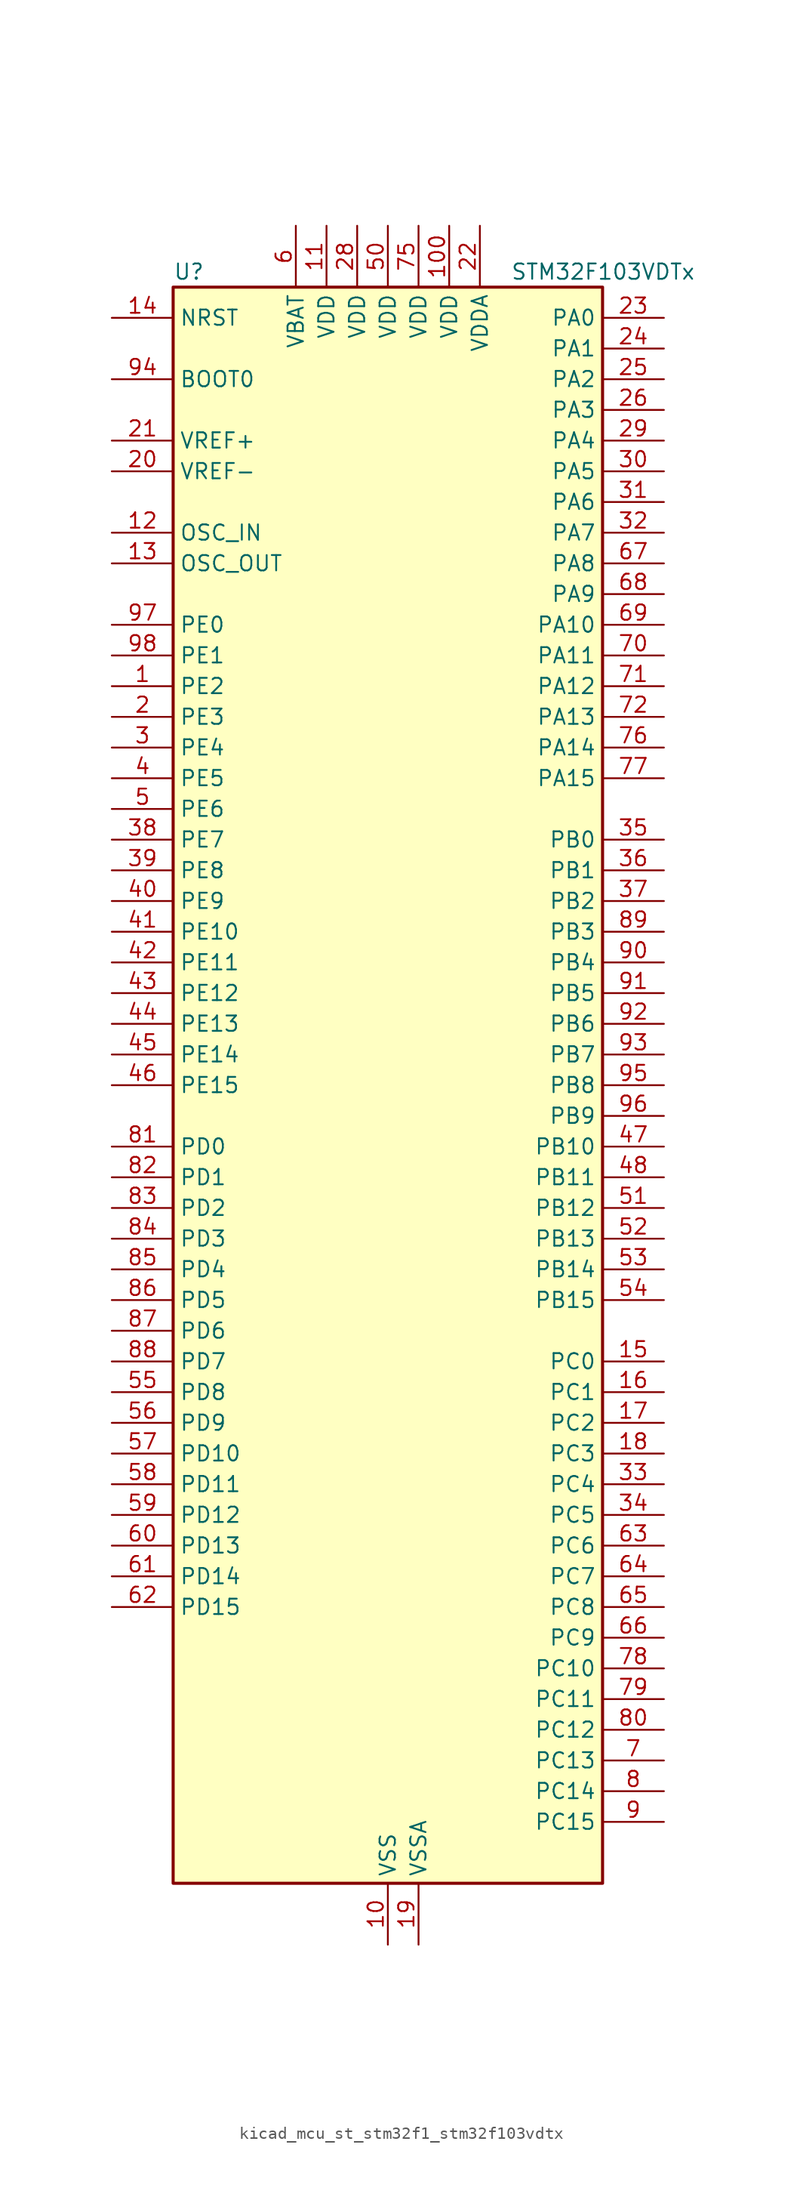
<source format=kicad_sym>
(kicad_symbol_lib
  (version 20220914)
  (generator kicad_symbol_editor)
  (symbol "kicad_mcu_st_stm32f1_stm32f103vdtx"
    (property "Reference" "U"
      (at -17.78 67.31 0)
      (effects (font (size 1.27 1.27)) (justify left)))
    (property "Value" "STM32F103VDTx"
      (at 10.16 67.31 0)
      (effects (font (size 1.27 1.27)) (justify left)))
    (property "ki_locked" ""
      (at 0 0 0)
      (effects (font (size 1.27 1.27))))
    (symbol "kicad_mcu_st_stm32f1_stm32f103vdtx_0_1"
      (rectangle (start -17.78 -66.04) (end 17.78 66.04) (stroke (width 0.254) (type default)) (fill (type background))))
    (symbol "kicad_mcu_st_stm32f1_stm32f103vdtx_1_1"
      (pin bidirectional line (at -22.86 33.02 0) (length 5.08) (name "PE2" (effects (font (size 1.27 1.27)))) (number "1" (effects (font (size 1.27 1.27)))) (alternate "FSMC_A23" bidirectional line) (alternate "SYS_TRACECLK" bidirectional line))
      (pin power_in line (at 0 -71.12 90) (length 5.08) (name "VSS" (effects (font (size 1.27 1.27)))) (number "10" (effects (font (size 1.27 1.27)))))
      (pin power_in line (at 5.08 71.12 270) (length 5.08) (name "VDD" (effects (font (size 1.27 1.27)))) (number "100" (effects (font (size 1.27 1.27)))))
      (pin power_in line (at -5.08 71.12 270) (length 5.08) (name "VDD" (effects (font (size 1.27 1.27)))) (number "11" (effects (font (size 1.27 1.27)))))
      (pin input line (at -22.86 45.72 0) (length 5.08) (name "OSC_IN" (effects (font (size 1.27 1.27)))) (number "12" (effects (font (size 1.27 1.27)))) (alternate "RCC_OSC_IN" bidirectional line))
      (pin input line (at -22.86 43.18 0) (length 5.08) (name "OSC_OUT" (effects (font (size 1.27 1.27)))) (number "13" (effects (font (size 1.27 1.27)))) (alternate "RCC_OSC_OUT" bidirectional line))
      (pin input line (at -22.86 63.5 0) (length 5.08) (name "NRST" (effects (font (size 1.27 1.27)))) (number "14" (effects (font (size 1.27 1.27)))))
      (pin bidirectional line (at 22.86 -22.86 180) (length 5.08) (name "PC0" (effects (font (size 1.27 1.27)))) (number "15" (effects (font (size 1.27 1.27)))) (alternate "ADC1_IN10" bidirectional line) (alternate "ADC2_IN10" bidirectional line) (alternate "ADC3_IN10" bidirectional line))
      (pin bidirectional line (at 22.86 -25.4 180) (length 5.08) (name "PC1" (effects (font (size 1.27 1.27)))) (number "16" (effects (font (size 1.27 1.27)))) (alternate "ADC1_IN11" bidirectional line) (alternate "ADC2_IN11" bidirectional line) (alternate "ADC3_IN11" bidirectional line))
      (pin bidirectional line (at 22.86 -27.94 180) (length 5.08) (name "PC2" (effects (font (size 1.27 1.27)))) (number "17" (effects (font (size 1.27 1.27)))) (alternate "ADC1_IN12" bidirectional line) (alternate "ADC2_IN12" bidirectional line) (alternate "ADC3_IN12" bidirectional line))
      (pin bidirectional line (at 22.86 -30.48 180) (length 5.08) (name "PC3" (effects (font (size 1.27 1.27)))) (number "18" (effects (font (size 1.27 1.27)))) (alternate "ADC1_IN13" bidirectional line) (alternate "ADC2_IN13" bidirectional line) (alternate "ADC3_IN13" bidirectional line))
      (pin power_in line (at 2.54 -71.12 90) (length 5.08) (name "VSSA" (effects (font (size 1.27 1.27)))) (number "19" (effects (font (size 1.27 1.27)))))
      (pin bidirectional line (at -22.86 30.48 0) (length 5.08) (name "PE3" (effects (font (size 1.27 1.27)))) (number "2" (effects (font (size 1.27 1.27)))) (alternate "FSMC_A19" bidirectional line) (alternate "SYS_TRACED0" bidirectional line))
      (pin input line (at -22.86 50.8 0) (length 5.08) (name "VREF-" (effects (font (size 1.27 1.27)))) (number "20" (effects (font (size 1.27 1.27)))))
      (pin input line (at -22.86 53.34 0) (length 5.08) (name "VREF+" (effects (font (size 1.27 1.27)))) (number "21" (effects (font (size 1.27 1.27)))))
      (pin power_in line (at 7.62 71.12 270) (length 5.08) (name "VDDA" (effects (font (size 1.27 1.27)))) (number "22" (effects (font (size 1.27 1.27)))))
      (pin bidirectional line (at 22.86 63.5 180) (length 5.08) (name "PA0" (effects (font (size 1.27 1.27)))) (number "23" (effects (font (size 1.27 1.27)))) (alternate "ADC1_IN0" bidirectional line) (alternate "ADC2_IN0" bidirectional line) (alternate "ADC3_IN0" bidirectional line) (alternate "SYS_WKUP" bidirectional line) (alternate "TIM2_CH1" bidirectional line) (alternate "TIM2_ETR" bidirectional line) (alternate "TIM5_CH1" bidirectional line) (alternate "TIM8_ETR" bidirectional line) (alternate "USART2_CTS" bidirectional line))
      (pin bidirectional line (at 22.86 60.96 180) (length 5.08) (name "PA1" (effects (font (size 1.27 1.27)))) (number "24" (effects (font (size 1.27 1.27)))) (alternate "ADC1_IN1" bidirectional line) (alternate "ADC2_IN1" bidirectional line) (alternate "ADC3_IN1" bidirectional line) (alternate "TIM2_CH2" bidirectional line) (alternate "TIM5_CH2" bidirectional line) (alternate "USART2_RTS" bidirectional line))
      (pin bidirectional line (at 22.86 58.42 180) (length 5.08) (name "PA2" (effects (font (size 1.27 1.27)))) (number "25" (effects (font (size 1.27 1.27)))) (alternate "ADC1_IN2" bidirectional line) (alternate "ADC2_IN2" bidirectional line) (alternate "ADC3_IN2" bidirectional line) (alternate "TIM2_CH3" bidirectional line) (alternate "TIM5_CH3" bidirectional line) (alternate "USART2_TX" bidirectional line))
      (pin bidirectional line (at 22.86 55.88 180) (length 5.08) (name "PA3" (effects (font (size 1.27 1.27)))) (number "26" (effects (font (size 1.27 1.27)))) (alternate "ADC1_IN3" bidirectional line) (alternate "ADC2_IN3" bidirectional line) (alternate "ADC3_IN3" bidirectional line) (alternate "TIM2_CH4" bidirectional line) (alternate "TIM5_CH4" bidirectional line) (alternate "USART2_RX" bidirectional line))
      (pin passive line (at 0 -71.12 90) (length 5.08) hide (name "VSS" (effects (font (size 1.27 1.27)))) (number "27" (effects (font (size 1.27 1.27)))))
      (pin power_in line (at -2.54 71.12 270) (length 5.08) (name "VDD" (effects (font (size 1.27 1.27)))) (number "28" (effects (font (size 1.27 1.27)))))
      (pin bidirectional line (at 22.86 53.34 180) (length 5.08) (name "PA4" (effects (font (size 1.27 1.27)))) (number "29" (effects (font (size 1.27 1.27)))) (alternate "ADC1_IN4" bidirectional line) (alternate "ADC2_IN4" bidirectional line) (alternate "DAC_OUT1" bidirectional line) (alternate "SPI1_NSS" bidirectional line) (alternate "USART2_CK" bidirectional line))
      (pin bidirectional line (at -22.86 27.94 0) (length 5.08) (name "PE4" (effects (font (size 1.27 1.27)))) (number "3" (effects (font (size 1.27 1.27)))) (alternate "FSMC_A20" bidirectional line) (alternate "SYS_TRACED1" bidirectional line))
      (pin bidirectional line (at 22.86 50.8 180) (length 5.08) (name "PA5" (effects (font (size 1.27 1.27)))) (number "30" (effects (font (size 1.27 1.27)))) (alternate "ADC1_IN5" bidirectional line) (alternate "ADC2_IN5" bidirectional line) (alternate "DAC_OUT2" bidirectional line) (alternate "SPI1_SCK" bidirectional line))
      (pin bidirectional line (at 22.86 48.26 180) (length 5.08) (name "PA6" (effects (font (size 1.27 1.27)))) (number "31" (effects (font (size 1.27 1.27)))) (alternate "ADC1_IN6" bidirectional line) (alternate "ADC2_IN6" bidirectional line) (alternate "SPI1_MISO" bidirectional line) (alternate "TIM1_BKIN" bidirectional line) (alternate "TIM3_CH1" bidirectional line) (alternate "TIM8_BKIN" bidirectional line))
      (pin bidirectional line (at 22.86 45.72 180) (length 5.08) (name "PA7" (effects (font (size 1.27 1.27)))) (number "32" (effects (font (size 1.27 1.27)))) (alternate "ADC1_IN7" bidirectional line) (alternate "ADC2_IN7" bidirectional line) (alternate "SPI1_MOSI" bidirectional line) (alternate "TIM1_CH1N" bidirectional line) (alternate "TIM3_CH2" bidirectional line) (alternate "TIM8_CH1N" bidirectional line))
      (pin bidirectional line (at 22.86 -33.02 180) (length 5.08) (name "PC4" (effects (font (size 1.27 1.27)))) (number "33" (effects (font (size 1.27 1.27)))) (alternate "ADC1_IN14" bidirectional line) (alternate "ADC2_IN14" bidirectional line))
      (pin bidirectional line (at 22.86 -35.56 180) (length 5.08) (name "PC5" (effects (font (size 1.27 1.27)))) (number "34" (effects (font (size 1.27 1.27)))) (alternate "ADC1_IN15" bidirectional line) (alternate "ADC2_IN15" bidirectional line))
      (pin bidirectional line (at 22.86 20.32 180) (length 5.08) (name "PB0" (effects (font (size 1.27 1.27)))) (number "35" (effects (font (size 1.27 1.27)))) (alternate "ADC1_IN8" bidirectional line) (alternate "ADC2_IN8" bidirectional line) (alternate "TIM1_CH2N" bidirectional line) (alternate "TIM3_CH3" bidirectional line) (alternate "TIM8_CH2N" bidirectional line))
      (pin bidirectional line (at 22.86 17.78 180) (length 5.08) (name "PB1" (effects (font (size 1.27 1.27)))) (number "36" (effects (font (size 1.27 1.27)))) (alternate "ADC1_IN9" bidirectional line) (alternate "ADC2_IN9" bidirectional line) (alternate "TIM1_CH3N" bidirectional line) (alternate "TIM3_CH4" bidirectional line) (alternate "TIM8_CH3N" bidirectional line))
      (pin bidirectional line (at 22.86 15.24 180) (length 5.08) (name "PB2" (effects (font (size 1.27 1.27)))) (number "37" (effects (font (size 1.27 1.27)))))
      (pin bidirectional line (at -22.86 20.32 0) (length 5.08) (name "PE7" (effects (font (size 1.27 1.27)))) (number "38" (effects (font (size 1.27 1.27)))) (alternate "FSMC_D4" bidirectional line) (alternate "FSMC_DA4" bidirectional line) (alternate "TIM1_ETR" bidirectional line))
      (pin bidirectional line (at -22.86 17.78 0) (length 5.08) (name "PE8" (effects (font (size 1.27 1.27)))) (number "39" (effects (font (size 1.27 1.27)))) (alternate "FSMC_D5" bidirectional line) (alternate "FSMC_DA5" bidirectional line) (alternate "TIM1_CH1N" bidirectional line))
      (pin bidirectional line (at -22.86 25.4 0) (length 5.08) (name "PE5" (effects (font (size 1.27 1.27)))) (number "4" (effects (font (size 1.27 1.27)))) (alternate "FSMC_A21" bidirectional line) (alternate "SYS_TRACED2" bidirectional line))
      (pin bidirectional line (at -22.86 15.24 0) (length 5.08) (name "PE9" (effects (font (size 1.27 1.27)))) (number "40" (effects (font (size 1.27 1.27)))) (alternate "DAC_EXTI9" bidirectional line) (alternate "FSMC_D6" bidirectional line) (alternate "FSMC_DA6" bidirectional line) (alternate "TIM1_CH1" bidirectional line))
      (pin bidirectional line (at -22.86 12.7 0) (length 5.08) (name "PE10" (effects (font (size 1.27 1.27)))) (number "41" (effects (font (size 1.27 1.27)))) (alternate "FSMC_D7" bidirectional line) (alternate "FSMC_DA7" bidirectional line) (alternate "TIM1_CH2N" bidirectional line))
      (pin bidirectional line (at -22.86 10.16 0) (length 5.08) (name "PE11" (effects (font (size 1.27 1.27)))) (number "42" (effects (font (size 1.27 1.27)))) (alternate "ADC1_EXTI11" bidirectional line) (alternate "ADC2_EXTI11" bidirectional line) (alternate "FSMC_D8" bidirectional line) (alternate "FSMC_DA8" bidirectional line) (alternate "TIM1_CH2" bidirectional line))
      (pin bidirectional line (at -22.86 7.62 0) (length 5.08) (name "PE12" (effects (font (size 1.27 1.27)))) (number "43" (effects (font (size 1.27 1.27)))) (alternate "FSMC_D9" bidirectional line) (alternate "FSMC_DA9" bidirectional line) (alternate "TIM1_CH3N" bidirectional line))
      (pin bidirectional line (at -22.86 5.08 0) (length 5.08) (name "PE13" (effects (font (size 1.27 1.27)))) (number "44" (effects (font (size 1.27 1.27)))) (alternate "FSMC_D10" bidirectional line) (alternate "FSMC_DA10" bidirectional line) (alternate "TIM1_CH3" bidirectional line))
      (pin bidirectional line (at -22.86 2.54 0) (length 5.08) (name "PE14" (effects (font (size 1.27 1.27)))) (number "45" (effects (font (size 1.27 1.27)))) (alternate "FSMC_D11" bidirectional line) (alternate "FSMC_DA11" bidirectional line) (alternate "TIM1_CH4" bidirectional line))
      (pin bidirectional line (at -22.86 0 0) (length 5.08) (name "PE15" (effects (font (size 1.27 1.27)))) (number "46" (effects (font (size 1.27 1.27)))) (alternate "ADC1_EXTI15" bidirectional line) (alternate "ADC2_EXTI15" bidirectional line) (alternate "FSMC_D12" bidirectional line) (alternate "FSMC_DA12" bidirectional line) (alternate "TIM1_BKIN" bidirectional line))
      (pin bidirectional line (at 22.86 -5.08 180) (length 5.08) (name "PB10" (effects (font (size 1.27 1.27)))) (number "47" (effects (font (size 1.27 1.27)))) (alternate "I2C2_SCL" bidirectional line) (alternate "TIM2_CH3" bidirectional line) (alternate "USART3_TX" bidirectional line))
      (pin bidirectional line (at 22.86 -7.62 180) (length 5.08) (name "PB11" (effects (font (size 1.27 1.27)))) (number "48" (effects (font (size 1.27 1.27)))) (alternate "ADC1_EXTI11" bidirectional line) (alternate "ADC2_EXTI11" bidirectional line) (alternate "I2C2_SDA" bidirectional line) (alternate "TIM2_CH4" bidirectional line) (alternate "USART3_RX" bidirectional line))
      (pin passive line (at 0 -71.12 90) (length 5.08) hide (name "VSS" (effects (font (size 1.27 1.27)))) (number "49" (effects (font (size 1.27 1.27)))))
      (pin bidirectional line (at -22.86 22.86 0) (length 5.08) (name "PE6" (effects (font (size 1.27 1.27)))) (number "5" (effects (font (size 1.27 1.27)))) (alternate "FSMC_A22" bidirectional line) (alternate "SYS_TRACED3" bidirectional line))
      (pin power_in line (at 0 71.12 270) (length 5.08) (name "VDD" (effects (font (size 1.27 1.27)))) (number "50" (effects (font (size 1.27 1.27)))))
      (pin bidirectional line (at 22.86 -10.16 180) (length 5.08) (name "PB12" (effects (font (size 1.27 1.27)))) (number "51" (effects (font (size 1.27 1.27)))) (alternate "I2C2_SMBA" bidirectional line) (alternate "I2S2_WS" bidirectional line) (alternate "SPI2_NSS" bidirectional line) (alternate "TIM1_BKIN" bidirectional line) (alternate "USART3_CK" bidirectional line))
      (pin bidirectional line (at 22.86 -12.7 180) (length 5.08) (name "PB13" (effects (font (size 1.27 1.27)))) (number "52" (effects (font (size 1.27 1.27)))) (alternate "I2S2_CK" bidirectional line) (alternate "SPI2_SCK" bidirectional line) (alternate "TIM1_CH1N" bidirectional line) (alternate "USART3_CTS" bidirectional line))
      (pin bidirectional line (at 22.86 -15.24 180) (length 5.08) (name "PB14" (effects (font (size 1.27 1.27)))) (number "53" (effects (font (size 1.27 1.27)))) (alternate "SPI2_MISO" bidirectional line) (alternate "TIM1_CH2N" bidirectional line) (alternate "USART3_RTS" bidirectional line))
      (pin bidirectional line (at 22.86 -17.78 180) (length 5.08) (name "PB15" (effects (font (size 1.27 1.27)))) (number "54" (effects (font (size 1.27 1.27)))) (alternate "ADC1_EXTI15" bidirectional line) (alternate "ADC2_EXTI15" bidirectional line) (alternate "I2S2_SD" bidirectional line) (alternate "SPI2_MOSI" bidirectional line) (alternate "TIM1_CH3N" bidirectional line))
      (pin bidirectional line (at -22.86 -25.4 0) (length 5.08) (name "PD8" (effects (font (size 1.27 1.27)))) (number "55" (effects (font (size 1.27 1.27)))) (alternate "FSMC_D13" bidirectional line) (alternate "FSMC_DA13" bidirectional line) (alternate "USART3_TX" bidirectional line))
      (pin bidirectional line (at -22.86 -27.94 0) (length 5.08) (name "PD9" (effects (font (size 1.27 1.27)))) (number "56" (effects (font (size 1.27 1.27)))) (alternate "DAC_EXTI9" bidirectional line) (alternate "FSMC_D14" bidirectional line) (alternate "FSMC_DA14" bidirectional line) (alternate "USART3_RX" bidirectional line))
      (pin bidirectional line (at -22.86 -30.48 0) (length 5.08) (name "PD10" (effects (font (size 1.27 1.27)))) (number "57" (effects (font (size 1.27 1.27)))) (alternate "FSMC_D15" bidirectional line) (alternate "FSMC_DA15" bidirectional line) (alternate "USART3_CK" bidirectional line))
      (pin bidirectional line (at -22.86 -33.02 0) (length 5.08) (name "PD11" (effects (font (size 1.27 1.27)))) (number "58" (effects (font (size 1.27 1.27)))) (alternate "ADC1_EXTI11" bidirectional line) (alternate "ADC2_EXTI11" bidirectional line) (alternate "FSMC_A16" bidirectional line) (alternate "FSMC_CLE" bidirectional line) (alternate "USART3_CTS" bidirectional line))
      (pin bidirectional line (at -22.86 -35.56 0) (length 5.08) (name "PD12" (effects (font (size 1.27 1.27)))) (number "59" (effects (font (size 1.27 1.27)))) (alternate "FSMC_A17" bidirectional line) (alternate "FSMC_ALE" bidirectional line) (alternate "TIM4_CH1" bidirectional line) (alternate "USART3_RTS" bidirectional line))
      (pin power_in line (at -7.62 71.12 270) (length 5.08) (name "VBAT" (effects (font (size 1.27 1.27)))) (number "6" (effects (font (size 1.27 1.27)))))
      (pin bidirectional line (at -22.86 -38.1 0) (length 5.08) (name "PD13" (effects (font (size 1.27 1.27)))) (number "60" (effects (font (size 1.27 1.27)))) (alternate "FSMC_A18" bidirectional line) (alternate "TIM4_CH2" bidirectional line))
      (pin bidirectional line (at -22.86 -40.64 0) (length 5.08) (name "PD14" (effects (font (size 1.27 1.27)))) (number "61" (effects (font (size 1.27 1.27)))) (alternate "FSMC_D0" bidirectional line) (alternate "FSMC_DA0" bidirectional line) (alternate "TIM4_CH3" bidirectional line))
      (pin bidirectional line (at -22.86 -43.18 0) (length 5.08) (name "PD15" (effects (font (size 1.27 1.27)))) (number "62" (effects (font (size 1.27 1.27)))) (alternate "ADC1_EXTI15" bidirectional line) (alternate "ADC2_EXTI15" bidirectional line) (alternate "FSMC_D1" bidirectional line) (alternate "FSMC_DA1" bidirectional line) (alternate "TIM4_CH4" bidirectional line))
      (pin bidirectional line (at 22.86 -38.1 180) (length 5.08) (name "PC6" (effects (font (size 1.27 1.27)))) (number "63" (effects (font (size 1.27 1.27)))) (alternate "I2S2_MCK" bidirectional line) (alternate "SDIO_D6" bidirectional line) (alternate "TIM3_CH1" bidirectional line) (alternate "TIM8_CH1" bidirectional line))
      (pin bidirectional line (at 22.86 -40.64 180) (length 5.08) (name "PC7" (effects (font (size 1.27 1.27)))) (number "64" (effects (font (size 1.27 1.27)))) (alternate "I2S3_MCK" bidirectional line) (alternate "SDIO_D7" bidirectional line) (alternate "TIM3_CH2" bidirectional line) (alternate "TIM8_CH2" bidirectional line))
      (pin bidirectional line (at 22.86 -43.18 180) (length 5.08) (name "PC8" (effects (font (size 1.27 1.27)))) (number "65" (effects (font (size 1.27 1.27)))) (alternate "SDIO_D0" bidirectional line) (alternate "TIM3_CH3" bidirectional line) (alternate "TIM8_CH3" bidirectional line))
      (pin bidirectional line (at 22.86 -45.72 180) (length 5.08) (name "PC9" (effects (font (size 1.27 1.27)))) (number "66" (effects (font (size 1.27 1.27)))) (alternate "DAC_EXTI9" bidirectional line) (alternate "SDIO_D1" bidirectional line) (alternate "TIM3_CH4" bidirectional line) (alternate "TIM8_CH4" bidirectional line))
      (pin bidirectional line (at 22.86 43.18 180) (length 5.08) (name "PA8" (effects (font (size 1.27 1.27)))) (number "67" (effects (font (size 1.27 1.27)))) (alternate "RCC_MCO" bidirectional line) (alternate "TIM1_CH1" bidirectional line) (alternate "USART1_CK" bidirectional line))
      (pin bidirectional line (at 22.86 40.64 180) (length 5.08) (name "PA9" (effects (font (size 1.27 1.27)))) (number "68" (effects (font (size 1.27 1.27)))) (alternate "DAC_EXTI9" bidirectional line) (alternate "TIM1_CH2" bidirectional line) (alternate "USART1_TX" bidirectional line))
      (pin bidirectional line (at 22.86 38.1 180) (length 5.08) (name "PA10" (effects (font (size 1.27 1.27)))) (number "69" (effects (font (size 1.27 1.27)))) (alternate "TIM1_CH3" bidirectional line) (alternate "USART1_RX" bidirectional line))
      (pin bidirectional line (at 22.86 -55.88 180) (length 5.08) (name "PC13" (effects (font (size 1.27 1.27)))) (number "7" (effects (font (size 1.27 1.27)))) (alternate "RTC_OUT" bidirectional line) (alternate "RTC_TAMPER" bidirectional line))
      (pin bidirectional line (at 22.86 35.56 180) (length 5.08) (name "PA11" (effects (font (size 1.27 1.27)))) (number "70" (effects (font (size 1.27 1.27)))) (alternate "ADC1_EXTI11" bidirectional line) (alternate "ADC2_EXTI11" bidirectional line) (alternate "CAN_RX" bidirectional line) (alternate "TIM1_CH4" bidirectional line) (alternate "USART1_CTS" bidirectional line) (alternate "USB_DM" bidirectional line))
      (pin bidirectional line (at 22.86 33.02 180) (length 5.08) (name "PA12" (effects (font (size 1.27 1.27)))) (number "71" (effects (font (size 1.27 1.27)))) (alternate "CAN_TX" bidirectional line) (alternate "TIM1_ETR" bidirectional line) (alternate "USART1_RTS" bidirectional line) (alternate "USB_DP" bidirectional line))
      (pin bidirectional line (at 22.86 30.48 180) (length 5.08) (name "PA13" (effects (font (size 1.27 1.27)))) (number "72" (effects (font (size 1.27 1.27)))) (alternate "SYS_JTMS-SWDIO" bidirectional line))
      (pin no_connect line (at -17.78 -66.04 0) (length 5.08) hide (name "NC" (effects (font (size 1.27 1.27)))) (number "73" (effects (font (size 1.27 1.27)))))
      (pin passive line (at 0 -71.12 90) (length 5.08) hide (name "VSS" (effects (font (size 1.27 1.27)))) (number "74" (effects (font (size 1.27 1.27)))))
      (pin power_in line (at 2.54 71.12 270) (length 5.08) (name "VDD" (effects (font (size 1.27 1.27)))) (number "75" (effects (font (size 1.27 1.27)))))
      (pin bidirectional line (at 22.86 27.94 180) (length 5.08) (name "PA14" (effects (font (size 1.27 1.27)))) (number "76" (effects (font (size 1.27 1.27)))) (alternate "SYS_JTCK-SWCLK" bidirectional line))
      (pin bidirectional line (at 22.86 25.4 180) (length 5.08) (name "PA15" (effects (font (size 1.27 1.27)))) (number "77" (effects (font (size 1.27 1.27)))) (alternate "ADC1_EXTI15" bidirectional line) (alternate "ADC2_EXTI15" bidirectional line) (alternate "I2S3_WS" bidirectional line) (alternate "SPI1_NSS" bidirectional line) (alternate "SPI3_NSS" bidirectional line) (alternate "SYS_JTDI" bidirectional line) (alternate "TIM2_CH1" bidirectional line) (alternate "TIM2_ETR" bidirectional line))
      (pin bidirectional line (at 22.86 -48.26 180) (length 5.08) (name "PC10" (effects (font (size 1.27 1.27)))) (number "78" (effects (font (size 1.27 1.27)))) (alternate "SDIO_D2" bidirectional line) (alternate "UART4_TX" bidirectional line) (alternate "USART3_TX" bidirectional line))
      (pin bidirectional line (at 22.86 -50.8 180) (length 5.08) (name "PC11" (effects (font (size 1.27 1.27)))) (number "79" (effects (font (size 1.27 1.27)))) (alternate "ADC1_EXTI11" bidirectional line) (alternate "ADC2_EXTI11" bidirectional line) (alternate "SDIO_D3" bidirectional line) (alternate "UART4_RX" bidirectional line) (alternate "USART3_RX" bidirectional line))
      (pin bidirectional line (at 22.86 -58.42 180) (length 5.08) (name "PC14" (effects (font (size 1.27 1.27)))) (number "8" (effects (font (size 1.27 1.27)))) (alternate "RCC_OSC32_IN" bidirectional line))
      (pin bidirectional line (at 22.86 -53.34 180) (length 5.08) (name "PC12" (effects (font (size 1.27 1.27)))) (number "80" (effects (font (size 1.27 1.27)))) (alternate "SDIO_CK" bidirectional line) (alternate "UART5_TX" bidirectional line) (alternate "USART3_CK" bidirectional line))
      (pin bidirectional line (at -22.86 -5.08 0) (length 5.08) (name "PD0" (effects (font (size 1.27 1.27)))) (number "81" (effects (font (size 1.27 1.27)))) (alternate "CAN_RX" bidirectional line) (alternate "FSMC_D2" bidirectional line) (alternate "FSMC_DA2" bidirectional line))
      (pin bidirectional line (at -22.86 -7.62 0) (length 5.08) (name "PD1" (effects (font (size 1.27 1.27)))) (number "82" (effects (font (size 1.27 1.27)))) (alternate "CAN_TX" bidirectional line) (alternate "FSMC_D3" bidirectional line) (alternate "FSMC_DA3" bidirectional line))
      (pin bidirectional line (at -22.86 -10.16 0) (length 5.08) (name "PD2" (effects (font (size 1.27 1.27)))) (number "83" (effects (font (size 1.27 1.27)))) (alternate "SDIO_CMD" bidirectional line) (alternate "TIM3_ETR" bidirectional line) (alternate "UART5_RX" bidirectional line))
      (pin bidirectional line (at -22.86 -12.7 0) (length 5.08) (name "PD3" (effects (font (size 1.27 1.27)))) (number "84" (effects (font (size 1.27 1.27)))) (alternate "FSMC_CLK" bidirectional line) (alternate "USART2_CTS" bidirectional line))
      (pin bidirectional line (at -22.86 -15.24 0) (length 5.08) (name "PD4" (effects (font (size 1.27 1.27)))) (number "85" (effects (font (size 1.27 1.27)))) (alternate "FSMC_NOE" bidirectional line) (alternate "USART2_RTS" bidirectional line))
      (pin bidirectional line (at -22.86 -17.78 0) (length 5.08) (name "PD5" (effects (font (size 1.27 1.27)))) (number "86" (effects (font (size 1.27 1.27)))) (alternate "FSMC_NWE" bidirectional line) (alternate "USART2_TX" bidirectional line))
      (pin bidirectional line (at -22.86 -20.32 0) (length 5.08) (name "PD6" (effects (font (size 1.27 1.27)))) (number "87" (effects (font (size 1.27 1.27)))) (alternate "FSMC_NWAIT" bidirectional line) (alternate "USART2_RX" bidirectional line))
      (pin bidirectional line (at -22.86 -22.86 0) (length 5.08) (name "PD7" (effects (font (size 1.27 1.27)))) (number "88" (effects (font (size 1.27 1.27)))) (alternate "FSMC_NCE2" bidirectional line) (alternate "FSMC_NE1" bidirectional line) (alternate "USART2_CK" bidirectional line))
      (pin bidirectional line (at 22.86 12.7 180) (length 5.08) (name "PB3" (effects (font (size 1.27 1.27)))) (number "89" (effects (font (size 1.27 1.27)))) (alternate "I2S3_CK" bidirectional line) (alternate "SPI1_SCK" bidirectional line) (alternate "SPI3_SCK" bidirectional line) (alternate "SYS_JTDO-TRACESWO" bidirectional line) (alternate "TIM2_CH2" bidirectional line))
      (pin bidirectional line (at 22.86 -60.96 180) (length 5.08) (name "PC15" (effects (font (size 1.27 1.27)))) (number "9" (effects (font (size 1.27 1.27)))) (alternate "ADC1_EXTI15" bidirectional line) (alternate "ADC2_EXTI15" bidirectional line) (alternate "RCC_OSC32_OUT" bidirectional line))
      (pin bidirectional line (at 22.86 10.16 180) (length 5.08) (name "PB4" (effects (font (size 1.27 1.27)))) (number "90" (effects (font (size 1.27 1.27)))) (alternate "SPI1_MISO" bidirectional line) (alternate "SPI3_MISO" bidirectional line) (alternate "SYS_NJTRST" bidirectional line) (alternate "TIM3_CH1" bidirectional line))
      (pin bidirectional line (at 22.86 7.62 180) (length 5.08) (name "PB5" (effects (font (size 1.27 1.27)))) (number "91" (effects (font (size 1.27 1.27)))) (alternate "I2C1_SMBA" bidirectional line) (alternate "I2S3_SD" bidirectional line) (alternate "SPI1_MOSI" bidirectional line) (alternate "SPI3_MOSI" bidirectional line) (alternate "TIM3_CH2" bidirectional line))
      (pin bidirectional line (at 22.86 5.08 180) (length 5.08) (name "PB6" (effects (font (size 1.27 1.27)))) (number "92" (effects (font (size 1.27 1.27)))) (alternate "I2C1_SCL" bidirectional line) (alternate "TIM4_CH1" bidirectional line) (alternate "USART1_TX" bidirectional line))
      (pin bidirectional line (at 22.86 2.54 180) (length 5.08) (name "PB7" (effects (font (size 1.27 1.27)))) (number "93" (effects (font (size 1.27 1.27)))) (alternate "FSMC_NL" bidirectional line) (alternate "I2C1_SDA" bidirectional line) (alternate "TIM4_CH2" bidirectional line) (alternate "USART1_RX" bidirectional line))
      (pin input line (at -22.86 58.42 0) (length 5.08) (name "BOOT0" (effects (font (size 1.27 1.27)))) (number "94" (effects (font (size 1.27 1.27)))))
      (pin bidirectional line (at 22.86 0 180) (length 5.08) (name "PB8" (effects (font (size 1.27 1.27)))) (number "95" (effects (font (size 1.27 1.27)))) (alternate "CAN_RX" bidirectional line) (alternate "I2C1_SCL" bidirectional line) (alternate "SDIO_D4" bidirectional line) (alternate "TIM4_CH3" bidirectional line))
      (pin bidirectional line (at 22.86 -2.54 180) (length 5.08) (name "PB9" (effects (font (size 1.27 1.27)))) (number "96" (effects (font (size 1.27 1.27)))) (alternate "CAN_TX" bidirectional line) (alternate "DAC_EXTI9" bidirectional line) (alternate "I2C1_SDA" bidirectional line) (alternate "SDIO_D5" bidirectional line) (alternate "TIM4_CH4" bidirectional line))
      (pin bidirectional line (at -22.86 38.1 0) (length 5.08) (name "PE0" (effects (font (size 1.27 1.27)))) (number "97" (effects (font (size 1.27 1.27)))) (alternate "FSMC_NBL0" bidirectional line) (alternate "TIM4_ETR" bidirectional line))
      (pin bidirectional line (at -22.86 35.56 0) (length 5.08) (name "PE1" (effects (font (size 1.27 1.27)))) (number "98" (effects (font (size 1.27 1.27)))) (alternate "FSMC_NBL1" bidirectional line))
      (pin passive line (at 0 -71.12 90) (length 5.08) hide (name "VSS" (effects (font (size 1.27 1.27)))) (number "99" (effects (font (size 1.27 1.27))))))))
</source>
